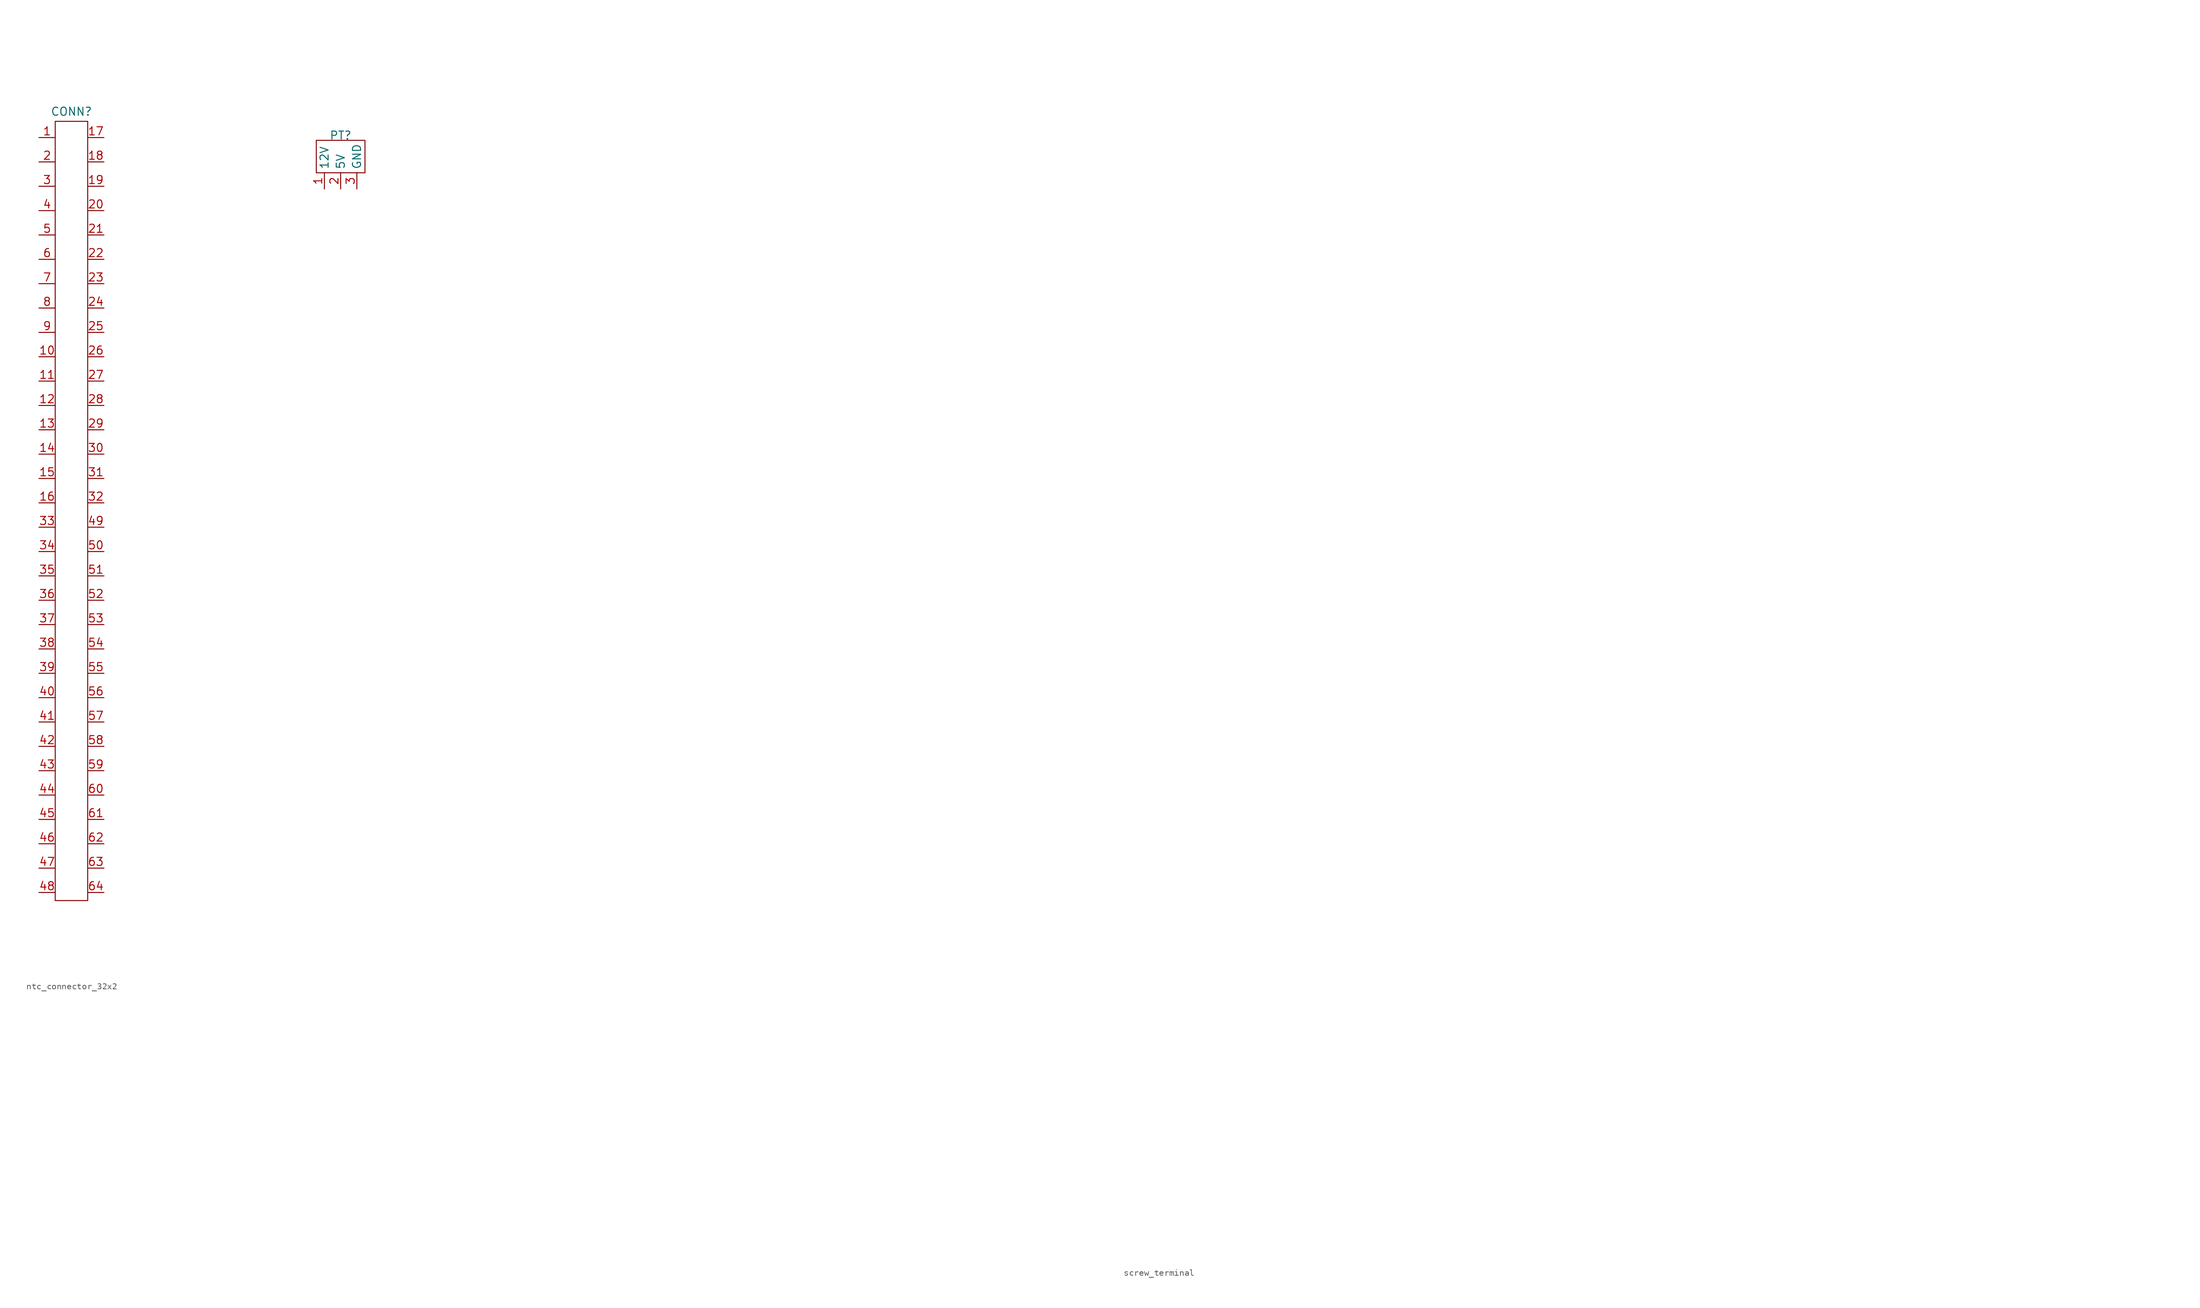
<source format=kicad_sym>
(kicad_symbol_lib
  (version 20241209)
  (generator "kicad_symbol_editor")
  (generator_version "9.0")
  (symbol "ntc_connector_32x2"
    (property "Reference" "CONN"
      (at 0 21.844 0)
      (effects (font (size 1.27 1.27))))
    (property "Value" ""
      (at 0 0 0)
      (effects (font (size 1.27 1.27))))
    (symbol "ntc_connector_32x2_0_1"
      (rectangle (start -2.54 20.32) (end 2.54 -101.6) (stroke (width 0) (type default)) (fill (type none))))
    (symbol "ntc_connector_32x2_1_1"
      (pin passive line (at -5.08 17.78 0) (length 2.54) (name "" (effects (font (size 1.27 1.27)))) (number "1" (effects (font (size 1.27 1.27)))))
      (pin passive line (at -5.08 13.97 0) (length 2.54) (name "" (effects (font (size 1.27 1.27)))) (number "2" (effects (font (size 1.27 1.27)))))
      (pin passive line (at -5.08 10.16 0) (length 2.54) (name "" (effects (font (size 1.27 1.27)))) (number "3" (effects (font (size 1.27 1.27)))))
      (pin passive line (at -5.08 6.35 0) (length 2.54) (name "" (effects (font (size 1.27 1.27)))) (number "4" (effects (font (size 1.27 1.27)))))
      (pin passive line (at -5.08 2.54 0) (length 2.54) (name "" (effects (font (size 1.27 1.27)))) (number "5" (effects (font (size 1.27 1.27)))))
      (pin passive line (at -5.08 -1.27 0) (length 2.54) (name "" (effects (font (size 1.27 1.27)))) (number "6" (effects (font (size 1.27 1.27)))))
      (pin passive line (at -5.08 -5.08 0) (length 2.54) (name "" (effects (font (size 1.27 1.27)))) (number "7" (effects (font (size 1.27 1.27)))))
      (pin passive line (at -5.08 -8.89 0) (length 2.54) (name "" (effects (font (size 1.27 1.27)))) (number "8" (effects (font (size 1.27 1.27)))))
      (pin passive line (at -5.08 -12.7 0) (length 2.54) (name "" (effects (font (size 1.27 1.27)))) (number "9" (effects (font (size 1.27 1.27)))))
      (pin passive line (at -5.08 -16.51 0) (length 2.54) (name "" (effects (font (size 1.27 1.27)))) (number "10" (effects (font (size 1.27 1.27)))))
      (pin passive line (at -5.08 -20.32 0) (length 2.54) (name "" (effects (font (size 1.27 1.27)))) (number "11" (effects (font (size 1.27 1.27)))))
      (pin passive line (at -5.08 -24.13 0) (length 2.54) (name "" (effects (font (size 1.27 1.27)))) (number "12" (effects (font (size 1.27 1.27)))))
      (pin passive line (at -5.08 -27.94 0) (length 2.54) (name "" (effects (font (size 1.27 1.27)))) (number "13" (effects (font (size 1.27 1.27)))))
      (pin passive line (at -5.08 -31.75 0) (length 2.54) (name "" (effects (font (size 1.27 1.27)))) (number "14" (effects (font (size 1.27 1.27)))))
      (pin passive line (at -5.08 -35.56 0) (length 2.54) (name "" (effects (font (size 1.27 1.27)))) (number "15" (effects (font (size 1.27 1.27)))))
      (pin passive line (at -5.08 -39.37 0) (length 2.54) (name "" (effects (font (size 1.27 1.27)))) (number "16" (effects (font (size 1.27 1.27)))))
      (pin passive line (at -5.08 -43.18 0) (length 2.54) (name "" (effects (font (size 1.27 1.27)))) (number "33" (effects (font (size 1.27 1.27)))))
      (pin passive line (at -5.08 -46.99 0) (length 2.54) (name "" (effects (font (size 1.27 1.27)))) (number "34" (effects (font (size 1.27 1.27)))))
      (pin passive line (at -5.08 -50.8 0) (length 2.54) (name "" (effects (font (size 1.27 1.27)))) (number "35" (effects (font (size 1.27 1.27)))))
      (pin passive line (at -5.08 -54.61 0) (length 2.54) (name "" (effects (font (size 1.27 1.27)))) (number "36" (effects (font (size 1.27 1.27)))))
      (pin passive line (at -5.08 -58.42 0) (length 2.54) (name "" (effects (font (size 1.27 1.27)))) (number "37" (effects (font (size 1.27 1.27)))))
      (pin passive line (at -5.08 -62.23 0) (length 2.54) (name "" (effects (font (size 1.27 1.27)))) (number "38" (effects (font (size 1.27 1.27)))))
      (pin passive line (at -5.08 -66.04 0) (length 2.54) (name "" (effects (font (size 1.27 1.27)))) (number "39" (effects (font (size 1.27 1.27)))))
      (pin passive line (at -5.08 -69.85 0) (length 2.54) (name "" (effects (font (size 1.27 1.27)))) (number "40" (effects (font (size 1.27 1.27)))))
      (pin passive line (at -5.08 -73.66 0) (length 2.54) (name "" (effects (font (size 1.27 1.27)))) (number "41" (effects (font (size 1.27 1.27)))))
      (pin passive line (at -5.08 -77.47 0) (length 2.54) (name "" (effects (font (size 1.27 1.27)))) (number "42" (effects (font (size 1.27 1.27)))))
      (pin passive line (at -5.08 -81.28 0) (length 2.54) (name "" (effects (font (size 1.27 1.27)))) (number "43" (effects (font (size 1.27 1.27)))))
      (pin passive line (at -5.08 -85.09 0) (length 2.54) (name "" (effects (font (size 1.27 1.27)))) (number "44" (effects (font (size 1.27 1.27)))))
      (pin passive line (at -5.08 -88.9 0) (length 2.54) (name "" (effects (font (size 1.27 1.27)))) (number "45" (effects (font (size 1.27 1.27)))))
      (pin passive line (at -5.08 -92.71 0) (length 2.54) (name "" (effects (font (size 1.27 1.27)))) (number "46" (effects (font (size 1.27 1.27)))))
      (pin passive line (at -5.08 -96.52 0) (length 2.54) (name "" (effects (font (size 1.27 1.27)))) (number "47" (effects (font (size 1.27 1.27)))))
      (pin passive line (at -5.08 -100.33 0) (length 2.54) (name "" (effects (font (size 1.27 1.27)))) (number "48" (effects (font (size 1.27 1.27)))))
      (pin passive line (at 5.08 17.78 180) (length 2.54) (name "" (effects (font (size 1.27 1.27)))) (number "17" (effects (font (size 1.27 1.27)))))
      (pin passive line (at 5.08 13.97 180) (length 2.54) (name "" (effects (font (size 1.27 1.27)))) (number "18" (effects (font (size 1.27 1.27)))))
      (pin passive line (at 5.08 10.16 180) (length 2.54) (name "" (effects (font (size 1.27 1.27)))) (number "19" (effects (font (size 1.27 1.27)))))
      (pin passive line (at 5.08 6.35 180) (length 2.54) (name "" (effects (font (size 1.27 1.27)))) (number "20" (effects (font (size 1.27 1.27)))))
      (pin passive line (at 5.08 2.54 180) (length 2.54) (name "" (effects (font (size 1.27 1.27)))) (number "21" (effects (font (size 1.27 1.27)))))
      (pin passive line (at 5.08 -1.27 180) (length 2.54) (name "" (effects (font (size 1.27 1.27)))) (number "22" (effects (font (size 1.27 1.27)))))
      (pin passive line (at 5.08 -5.08 180) (length 2.54) (name "" (effects (font (size 1.27 1.27)))) (number "23" (effects (font (size 1.27 1.27)))))
      (pin passive line (at 5.08 -8.89 180) (length 2.54) (name "" (effects (font (size 1.27 1.27)))) (number "24" (effects (font (size 1.27 1.27)))))
      (pin passive line (at 5.08 -12.7 180) (length 2.54) (name "" (effects (font (size 1.27 1.27)))) (number "25" (effects (font (size 1.27 1.27)))))
      (pin passive line (at 5.08 -16.51 180) (length 2.54) (name "" (effects (font (size 1.27 1.27)))) (number "26" (effects (font (size 1.27 1.27)))))
      (pin passive line (at 5.08 -20.32 180) (length 2.54) (name "" (effects (font (size 1.27 1.27)))) (number "27" (effects (font (size 1.27 1.27)))))
      (pin passive line (at 5.08 -24.13 180) (length 2.54) (name "" (effects (font (size 1.27 1.27)))) (number "28" (effects (font (size 1.27 1.27)))))
      (pin passive line (at 5.08 -27.94 180) (length 2.54) (name "" (effects (font (size 1.27 1.27)))) (number "29" (effects (font (size 1.27 1.27)))))
      (pin passive line (at 5.08 -31.75 180) (length 2.54) (name "" (effects (font (size 1.27 1.27)))) (number "30" (effects (font (size 1.27 1.27)))))
      (pin passive line (at 5.08 -35.56 180) (length 2.54) (name "" (effects (font (size 1.27 1.27)))) (number "31" (effects (font (size 1.27 1.27)))))
      (pin passive line (at 5.08 -39.37 180) (length 2.54) (name "" (effects (font (size 1.27 1.27)))) (number "32" (effects (font (size 1.27 1.27)))))
      (pin passive line (at 5.08 -43.18 180) (length 2.54) (name "" (effects (font (size 1.27 1.27)))) (number "49" (effects (font (size 1.27 1.27)))))
      (pin passive line (at 5.08 -46.99 180) (length 2.54) (name "" (effects (font (size 1.27 1.27)))) (number "50" (effects (font (size 1.27 1.27)))))
      (pin passive line (at 5.08 -50.8 180) (length 2.54) (name "" (effects (font (size 1.27 1.27)))) (number "51" (effects (font (size 1.27 1.27)))))
      (pin passive line (at 5.08 -54.61 180) (length 2.54) (name "" (effects (font (size 1.27 1.27)))) (number "52" (effects (font (size 1.27 1.27)))))
      (pin passive line (at 5.08 -58.42 180) (length 2.54) (name "" (effects (font (size 1.27 1.27)))) (number "53" (effects (font (size 1.27 1.27)))))
      (pin passive line (at 5.08 -62.23 180) (length 2.54) (name "" (effects (font (size 1.27 1.27)))) (number "54" (effects (font (size 1.27 1.27)))))
      (pin passive line (at 5.08 -66.04 180) (length 2.54) (name "" (effects (font (size 1.27 1.27)))) (number "55" (effects (font (size 1.27 1.27)))))
      (pin passive line (at 5.08 -69.85 180) (length 2.54) (name "" (effects (font (size 1.27 1.27)))) (number "56" (effects (font (size 1.27 1.27)))))
      (pin passive line (at 5.08 -73.66 180) (length 2.54) (name "" (effects (font (size 1.27 1.27)))) (number "57" (effects (font (size 1.27 1.27)))))
      (pin passive line (at 5.08 -77.47 180) (length 2.54) (name "" (effects (font (size 1.27 1.27)))) (number "58" (effects (font (size 1.27 1.27)))))
      (pin passive line (at 5.08 -81.28 180) (length 2.54) (name "" (effects (font (size 1.27 1.27)))) (number "59" (effects (font (size 1.27 1.27)))))
      (pin passive line (at 5.08 -85.09 180) (length 2.54) (name "" (effects (font (size 1.27 1.27)))) (number "60" (effects (font (size 1.27 1.27)))))
      (pin passive line (at 5.08 -88.9 180) (length 2.54) (name "" (effects (font (size 1.27 1.27)))) (number "61" (effects (font (size 1.27 1.27)))))
      (pin passive line (at 5.08 -92.71 180) (length 2.54) (name "" (effects (font (size 1.27 1.27)))) (number "62" (effects (font (size 1.27 1.27)))))
      (pin passive line (at 5.08 -96.52 180) (length 2.54) (name "" (effects (font (size 1.27 1.27)))) (number "63" (effects (font (size 1.27 1.27)))))
      (pin passive line (at 5.08 -100.33 180) (length 2.54) (name "" (effects (font (size 1.27 1.27)))) (number "64" (effects (font (size 1.27 1.27)))))))
  (symbol "screw_terminal"
    (property "Reference" "PT"
      (at 0 3.302 0)
      (effects (font (size 1.27 1.27))))
    (property "Value" ""
      (at 260.35 -157.48 0)
      (effects (font (size 1.27 1.27))))
    (symbol "screw_terminal_0_1"
      (rectangle (start -3.81 2.54) (end 3.81 -2.54) (stroke (width 0) (type default)) (fill (type none))))
    (symbol "screw_terminal_1_1"
      (pin power_in line (at -2.54 -5.08 90) (length 2.54) (name "12V" (effects (font (size 1.27 1.27)))) (number "1" (effects (font (size 1.27 1.27)))))
      (pin power_in line (at 0 -5.08 90) (length 2.54) (name "5V" (effects (font (size 1.27 1.27)))) (number "2" (effects (font (size 1.27 1.27)))))
      (pin power_in line (at 2.54 -5.08 90) (length 2.54) (name "GND" (effects (font (size 1.27 1.27)))) (number "3" (effects (font (size 1.27 1.27))))))))
</source>
